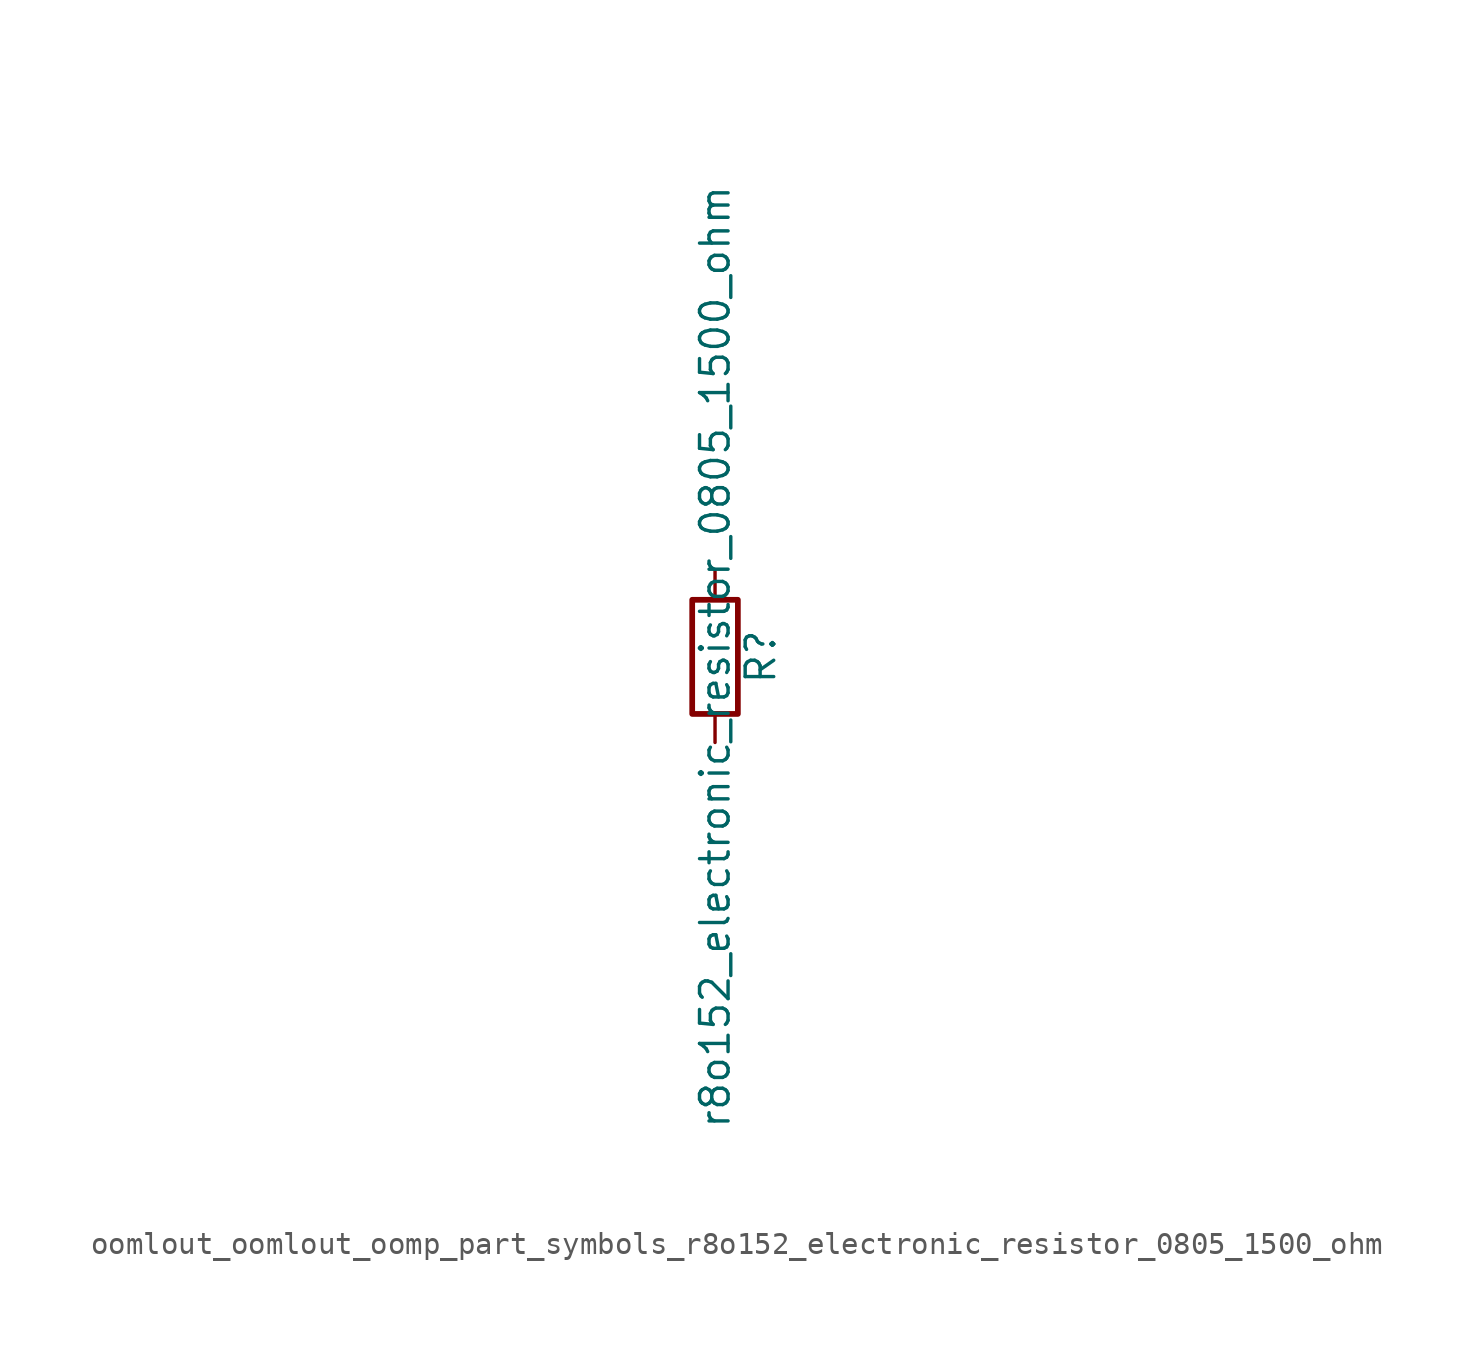
<source format=kicad_sym>
(kicad_symbol_lib
  (version 20220914)
  (generator kicad_symbol_editor)
  (symbol "oomlout_oomlout_oomp_part_symbols_r8o152_electronic_resistor_0805_1500_ohm"
    (pin_numbers hide)
    (pin_names
      (offset 0))
    (property "Reference" "R"
      (at 2.032 0 90)
      (effects (font (size 1.27 1.27))))
    (property "Value" "r8o152_electronic_resistor_0805_1500_ohm"
      (at 0 0 90)
      (effects (font (size 1.27 1.27))))
    (symbol "oomlout_oomlout_oomp_part_symbols_r8o152_electronic_resistor_0805_1500_ohm_0_1"
      (rectangle (start -1.016 -2.54) (end 1.016 2.54) (stroke (width 0.254) (type default)) (fill (type none))))
    (symbol "oomlout_oomlout_oomp_part_symbols_r8o152_electronic_resistor_0805_1500_ohm_1_1"
      (pin passive line (at 0 3.81 270) (length 1.27) (name "~" (effects (font (size 1.27 1.27)))) (number "1" (effects (font (size 1.27 1.27)))))
      (pin passive line (at 0 -3.81 90) (length 1.27) (name "~" (effects (font (size 1.27 1.27)))) (number "2" (effects (font (size 1.27 1.27))))))))
</source>
